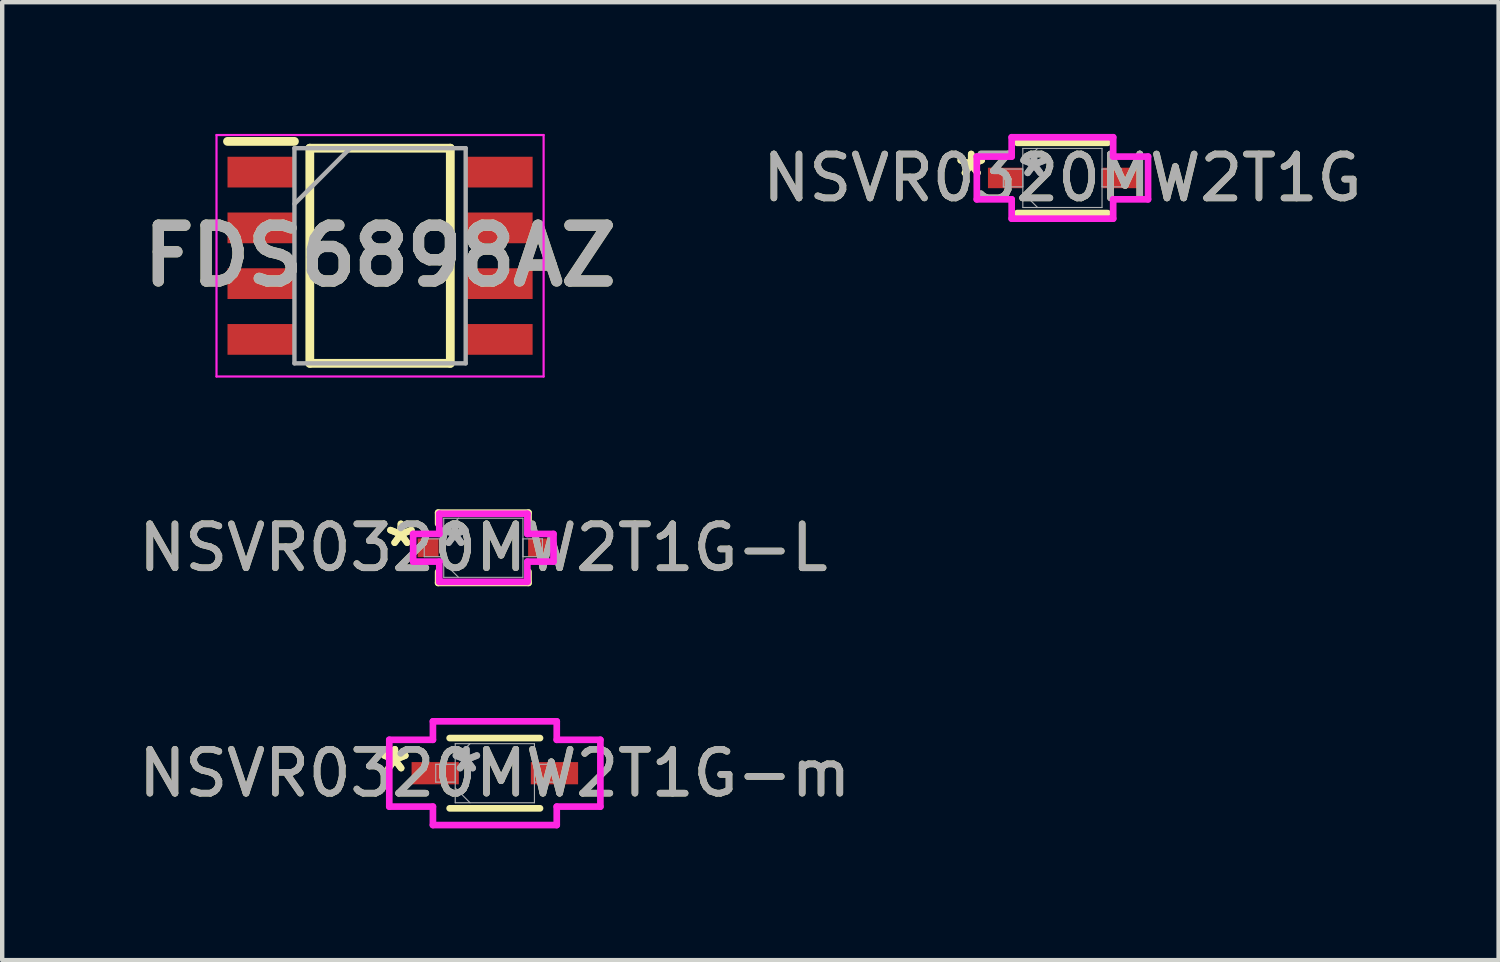
<source format=kicad_pcb>
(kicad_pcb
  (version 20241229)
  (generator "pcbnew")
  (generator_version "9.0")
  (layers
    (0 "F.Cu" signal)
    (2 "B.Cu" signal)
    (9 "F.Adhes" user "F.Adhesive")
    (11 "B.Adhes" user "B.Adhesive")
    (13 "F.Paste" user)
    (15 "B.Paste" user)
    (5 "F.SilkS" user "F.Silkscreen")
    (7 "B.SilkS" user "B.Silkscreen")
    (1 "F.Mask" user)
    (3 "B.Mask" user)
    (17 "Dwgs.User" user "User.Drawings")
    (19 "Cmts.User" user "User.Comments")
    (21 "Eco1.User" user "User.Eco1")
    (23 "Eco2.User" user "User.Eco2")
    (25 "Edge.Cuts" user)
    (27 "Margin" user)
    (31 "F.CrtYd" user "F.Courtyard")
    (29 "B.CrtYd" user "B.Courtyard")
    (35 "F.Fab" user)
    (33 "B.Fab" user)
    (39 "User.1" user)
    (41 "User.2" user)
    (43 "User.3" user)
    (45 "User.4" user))
  (footprint "FDS6898AZ"
    (layer "F.Cu")
    (at 5.606 2.775)
    (property "Reference" "FDS6898AZ" (at 0 0 0) (layer "F.SilkS") (effects (font (size 1.27 1.27) (thickness 0.254))))
    (attr smd)
    (fp_line (start -3.475 -2.605) (end -1.95 -2.605) (stroke (width 0.2) (type solid)) (layer "F.SilkS"))
    (fp_line (start -1.6 -2.45) (end 1.6 -2.45) (stroke (width 0.2) (type solid)) (layer "F.SilkS"))
    (fp_line (start -1.6 2.45) (end -1.6 -2.45) (stroke (width 0.2) (type solid)) (layer "F.SilkS"))
    (fp_line (start 1.6 -2.45) (end 1.6 2.45) (stroke (width 0.2) (type solid)) (layer "F.SilkS"))
    (fp_line (start 1.6 2.45) (end -1.6 2.45) (stroke (width 0.2) (type solid)) (layer "F.SilkS"))
    (fp_line (start -3.725 -2.75) (end 3.725 -2.75) (stroke (width 0.05) (type solid)) (layer "F.CrtYd"))
    (fp_line (start -3.725 2.75) (end -3.725 -2.75) (stroke (width 0.05) (type solid)) (layer "F.CrtYd"))
    (fp_line (start 3.725 -2.75) (end 3.725 2.75) (stroke (width 0.05) (type solid)) (layer "F.CrtYd"))
    (fp_line (start 3.725 2.75) (end -3.725 2.75) (stroke (width 0.05) (type solid)) (layer "F.CrtYd"))
    (fp_line (start -1.95 -2.45) (end 1.95 -2.45) (stroke (width 0.1) (type solid)) (layer "F.Fab"))
    (fp_line (start -1.95 -1.18) (end -0.68 -2.45) (stroke (width 0.1) (type solid)) (layer "F.Fab"))
    (fp_line (start -1.95 2.45) (end -1.95 -2.45) (stroke (width 0.1) (type solid)) (layer "F.Fab"))
    (fp_line (start 1.95 -2.45) (end 1.95 2.45) (stroke (width 0.1) (type solid)) (layer "F.Fab"))
    (fp_line (start 1.95 2.45) (end -1.95 2.45) (stroke (width 0.1) (type solid)) (layer "F.Fab"))
    (fp_text user "${REFERENCE}" (at 0 0 0) (layer "F.Fab") (effects (font (size 1.27 1.27) (thickness 0.254))))
    (pad "1" smd rect (at -2.712 -1.905 90) (size 0.7 1.525) (layers "F.Cu" "F.Mask" "F.Paste"))
    (pad "2" smd rect (at -2.712 -0.635 90) (size 0.7 1.525) (layers "F.Cu" "F.Mask" "F.Paste"))
    (pad "3" smd rect (at -2.712 0.635 90) (size 0.7 1.525) (layers "F.Cu" "F.Mask" "F.Paste"))
    (pad "4" smd rect (at -2.712 1.905 90) (size 0.7 1.525) (layers "F.Cu" "F.Mask" "F.Paste"))
    (pad "5" smd rect (at 2.712 1.905 90) (size 0.7 1.525) (layers "F.Cu" "F.Mask" "F.Paste"))
    (pad "6" smd rect (at 2.712 0.635 90) (size 0.7 1.525) (layers "F.Cu" "F.Mask" "F.Paste"))
    (pad "7" smd rect (at 2.712 -0.635 90) (size 0.7 1.525) (layers "F.Cu" "F.Mask" "F.Paste"))
    (pad "8" smd rect (at 2.712 -1.905 90) (size 0.7 1.525) (layers "F.Cu" "F.Mask" "F.Paste")))
  (footprint "NSVR0320MW2T1G-m"
    (layer "F.Cu")
    (at 8.22 14.56)
    (property "Reference" "NSVR0320MW2T1G-m" (at 0 0 0) (unlocked yes) (layer "F.SilkS") (effects (font (size 1 1) (thickness 0.15))))
    (attr smd)
    (fp_line (start -1.029 0.8) (end 1.029 0.8) (stroke (width 0.152) (type solid)) (layer "F.SilkS"))
    (fp_line (start 1.029 -0.8) (end -1.029 -0.8) (stroke (width 0.152) (type solid)) (layer "F.SilkS"))
    (fp_line (start -2.404 -0.761) (end -1.41 -0.761) (stroke (width 0.152) (type solid)) (layer "F.CrtYd"))
    (fp_line (start -2.404 0.761) (end -2.404 -0.761) (stroke (width 0.152) (type solid)) (layer "F.CrtYd"))
    (fp_line (start -1.41 -1.181) (end 1.41 -1.181) (stroke (width 0.152) (type solid)) (layer "F.CrtYd"))
    (fp_line (start -1.41 -0.761) (end -1.41 -1.181) (stroke (width 0.152) (type solid)) (layer "F.CrtYd"))
    (fp_line (start -1.41 0.761) (end -2.404 0.761) (stroke (width 0.152) (type solid)) (layer "F.CrtYd"))
    (fp_line (start -1.41 1.181) (end -1.41 0.761) (stroke (width 0.152) (type solid)) (layer "F.CrtYd"))
    (fp_line (start 1.41 -1.181) (end 1.41 -0.761) (stroke (width 0.152) (type solid)) (layer "F.CrtYd"))
    (fp_line (start 1.41 -0.761) (end 2.404 -0.761) (stroke (width 0.152) (type solid)) (layer "F.CrtYd"))
    (fp_line (start 1.41 0.761) (end 1.41 1.181) (stroke (width 0.152) (type solid)) (layer "F.CrtYd"))
    (fp_line (start 1.41 1.181) (end -1.41 1.181) (stroke (width 0.152) (type solid)) (layer "F.CrtYd"))
    (fp_line (start 2.404 -0.761) (end 2.404 0.761) (stroke (width 0.152) (type solid)) (layer "F.CrtYd"))
    (fp_line (start 2.404 0.761) (end 1.41 0.761) (stroke (width 0.152) (type solid)) (layer "F.CrtYd"))
    (fp_line (start -1.346 -0.203) (end -1.346 0.203) (stroke (width 0.025) (type solid)) (layer "F.Fab"))
    (fp_line (start -1.346 0.203) (end -0.902 0.203) (stroke (width 0.025) (type solid)) (layer "F.Fab"))
    (fp_line (start -0.902 -0.673) (end -0.902 0.673) (stroke (width 0.025) (type solid)) (layer "F.Fab"))
    (fp_line (start -0.902 -0.337) (end -0.565 -0.673) (stroke (width 0.025) (type solid)) (layer "F.Fab"))
    (fp_line (start -0.902 -0.203) (end -1.346 -0.203) (stroke (width 0.025) (type solid)) (layer "F.Fab"))
    (fp_line (start -0.902 0.203) (end -0.902 -0.203) (stroke (width 0.025) (type solid)) (layer "F.Fab"))
    (fp_line (start -0.902 0.337) (end -0.565 0.673) (stroke (width 0.025) (type solid)) (layer "F.Fab"))
    (fp_line (start -0.902 0.673) (end 0.902 0.673) (stroke (width 0.025) (type solid)) (layer "F.Fab"))
    (fp_line (start 0.902 -0.673) (end -0.902 -0.673) (stroke (width 0.025) (type solid)) (layer "F.Fab"))
    (fp_line (start 0.902 -0.203) (end 0.902 0.203) (stroke (width 0.025) (type solid)) (layer "F.Fab"))
    (fp_line (start 0.902 0.203) (end 1.346 0.203) (stroke (width 0.025) (type solid)) (layer "F.Fab"))
    (fp_line (start 0.902 0.673) (end 0.902 -0.673) (stroke (width 0.025) (type solid)) (layer "F.Fab"))
    (fp_line (start 1.346 -0.203) (end 0.902 -0.203) (stroke (width 0.025) (type solid)) (layer "F.Fab"))
    (fp_line (start 1.346 0.203) (end 1.346 -0.203) (stroke (width 0.025) (type solid)) (layer "F.Fab"))
    (fp_text user "*" (at -2.277 0 0) (layer "F.SilkS") (effects (font (size 1 1) (thickness 0.15))))
    (fp_text user "*" (at -2.277 0 0) (unlocked yes) (layer "F.SilkS") (effects (font (size 1 1) (thickness 0.15))))
    (fp_text user "${REFERENCE}" (at 0 0 0) (unlocked yes) (layer "F.Fab") (effects (font (size 1 1) (thickness 0.15))))
    (fp_text user "*" (at -0.648 0 0) (unlocked yes) (layer "F.Fab") (effects (font (size 1 1) (thickness 0.15))))
    (fp_text user "*" (at -0.648 0 0) (layer "F.Fab") (effects (font (size 1 1) (thickness 0.15))))
    (pad "1" smd rect (at -1.358 0) (size 1.076 0.506) (layers "F.Cu" "F.Mask" "F.Paste"))
    (pad "2" smd rect (at 1.358 0) (size 1.076 0.506) (layers "F.Cu" "F.Mask" "F.Paste")))
  (footprint "NSVR0320MW2T1G-L"
    (layer "F.Cu")
    (at 7.958 9.426)
    (property "Reference" "NSVR0320MW2T1G-L" (at 0 0 0) (unlocked yes) (layer "F.SilkS") (effects (font (size 1 1) (thickness 0.15))))
    (attr smd)
    (fp_line (start -1.029 -0.8) (end -1.029 -0.546) (stroke (width 0.152) (type solid)) (layer "F.SilkS"))
    (fp_line (start -1.029 0.546) (end -1.029 0.8) (stroke (width 0.152) (type solid)) (layer "F.SilkS"))
    (fp_line (start -1.029 0.8) (end 1.029 0.8) (stroke (width 0.152) (type solid)) (layer "F.SilkS"))
    (fp_line (start 1.029 -0.8) (end -1.029 -0.8) (stroke (width 0.152) (type solid)) (layer "F.SilkS"))
    (fp_line (start 1.029 -0.546) (end 1.029 -0.8) (stroke (width 0.152) (type solid)) (layer "F.SilkS"))
    (fp_line (start 1.029 0.8) (end 1.029 0.546) (stroke (width 0.152) (type solid)) (layer "F.SilkS"))
    (fp_line (start -1.598 -0.315) (end -1.003 -0.315) (stroke (width 0.152) (type solid)) (layer "F.CrtYd"))
    (fp_line (start -1.598 0.315) (end -1.598 -0.315) (stroke (width 0.152) (type solid)) (layer "F.CrtYd"))
    (fp_line (start -1.003 -0.775) (end 1.003 -0.775) (stroke (width 0.152) (type solid)) (layer "F.CrtYd"))
    (fp_line (start -1.003 -0.315) (end -1.003 -0.775) (stroke (width 0.152) (type solid)) (layer "F.CrtYd"))
    (fp_line (start -1.003 0.315) (end -1.598 0.315) (stroke (width 0.152) (type solid)) (layer "F.CrtYd"))
    (fp_line (start -1.003 0.775) (end -1.003 0.315) (stroke (width 0.152) (type solid)) (layer "F.CrtYd"))
    (fp_line (start 1.003 -0.775) (end 1.003 -0.315) (stroke (width 0.152) (type solid)) (layer "F.CrtYd"))
    (fp_line (start 1.003 -0.315) (end 1.598 -0.315) (stroke (width 0.152) (type solid)) (layer "F.CrtYd"))
    (fp_line (start 1.003 0.315) (end 1.003 0.775) (stroke (width 0.152) (type solid)) (layer "F.CrtYd"))
    (fp_line (start 1.003 0.775) (end -1.003 0.775) (stroke (width 0.152) (type solid)) (layer "F.CrtYd"))
    (fp_line (start 1.598 -0.315) (end 1.598 0.315) (stroke (width 0.152) (type solid)) (layer "F.CrtYd"))
    (fp_line (start 1.598 0.315) (end 1.003 0.315) (stroke (width 0.152) (type solid)) (layer "F.CrtYd"))
    (fp_line (start -1.346 -0.203) (end -1.346 0.203) (stroke (width 0.025) (type solid)) (layer "F.Fab"))
    (fp_line (start -1.346 0.203) (end -0.902 0.203) (stroke (width 0.025) (type solid)) (layer "F.Fab"))
    (fp_line (start -0.902 -0.673) (end -0.902 0.673) (stroke (width 0.025) (type solid)) (layer "F.Fab"))
    (fp_line (start -0.902 -0.337) (end -0.565 -0.673) (stroke (width 0.025) (type solid)) (layer "F.Fab"))
    (fp_line (start -0.902 -0.203) (end -1.346 -0.203) (stroke (width 0.025) (type solid)) (layer "F.Fab"))
    (fp_line (start -0.902 0.203) (end -0.902 -0.203) (stroke (width 0.025) (type solid)) (layer "F.Fab"))
    (fp_line (start -0.902 0.337) (end -0.565 0.673) (stroke (width 0.025) (type solid)) (layer "F.Fab"))
    (fp_line (start -0.902 0.673) (end 0.902 0.673) (stroke (width 0.025) (type solid)) (layer "F.Fab"))
    (fp_line (start 0.902 -0.673) (end -0.902 -0.673) (stroke (width 0.025) (type solid)) (layer "F.Fab"))
    (fp_line (start 0.902 -0.203) (end 0.902 0.203) (stroke (width 0.025) (type solid)) (layer "F.Fab"))
    (fp_line (start 0.902 0.203) (end 1.346 0.203) (stroke (width 0.025) (type solid)) (layer "F.Fab"))
    (fp_line (start 0.902 0.673) (end 0.902 -0.673) (stroke (width 0.025) (type solid)) (layer "F.Fab"))
    (fp_line (start 1.346 -0.203) (end 0.902 -0.203) (stroke (width 0.025) (type solid)) (layer "F.Fab"))
    (fp_line (start 1.346 0.203) (end 1.346 -0.203) (stroke (width 0.025) (type solid)) (layer "F.Fab"))
    (fp_text user "*" (at -1.877 0 0) (unlocked yes) (layer "F.SilkS") (effects (font (size 1 1) (thickness 0.15))))
    (fp_text user "*" (at -1.877 0 0) (layer "F.SilkS") (effects (font (size 1 1) (thickness 0.15))))
    (fp_text user "*" (at -0.648 0 0) (layer "F.Fab") (effects (font (size 1 1) (thickness 0.15))))
    (fp_text user "*" (at -0.648 0 0) (unlocked yes) (layer "F.Fab") (effects (font (size 1 1) (thickness 0.15))))
    (fp_text user "${REFERENCE}" (at 0 0 0) (unlocked yes) (layer "F.Fab") (effects (font (size 1 1) (thickness 0.15))))
    (pad "1" smd rect (at -1.258 0) (size 0.476 0.426) (layers "F.Cu" "F.Mask" "F.Paste"))
    (pad "2" smd rect (at 1.258 0) (size 0.476 0.426) (layers "F.Cu" "F.Mask" "F.Paste")))
  (footprint "NSVR0320MW2T1G"
    (layer "F.Cu")
    (at 21.147 1.003)
    (property "Reference" "NSVR0320MW2T1G" (at 0 0 0) (unlocked yes) (layer "F.SilkS") (effects (font (size 1 1) (thickness 0.15))))
    (attr smd)
    (fp_line (start -1.029 0.8) (end 1.029 0.8) (stroke (width 0.152) (type solid)) (layer "F.SilkS"))
    (fp_line (start 1.029 -0.8) (end -1.029 -0.8) (stroke (width 0.152) (type solid)) (layer "F.SilkS"))
    (fp_line (start -1.95 -0.487) (end -1.156 -0.487) (stroke (width 0.152) (type solid)) (layer "F.CrtYd"))
    (fp_line (start -1.95 0.487) (end -1.95 -0.487) (stroke (width 0.152) (type solid)) (layer "F.CrtYd"))
    (fp_line (start -1.156 -0.927) (end 1.156 -0.927) (stroke (width 0.152) (type solid)) (layer "F.CrtYd"))
    (fp_line (start -1.156 -0.487) (end -1.156 -0.927) (stroke (width 0.152) (type solid)) (layer "F.CrtYd"))
    (fp_line (start -1.156 0.487) (end -1.95 0.487) (stroke (width 0.152) (type solid)) (layer "F.CrtYd"))
    (fp_line (start -1.156 0.927) (end -1.156 0.487) (stroke (width 0.152) (type solid)) (layer "F.CrtYd"))
    (fp_line (start 1.156 -0.927) (end 1.156 -0.487) (stroke (width 0.152) (type solid)) (layer "F.CrtYd"))
    (fp_line (start 1.156 -0.487) (end 1.95 -0.487) (stroke (width 0.152) (type solid)) (layer "F.CrtYd"))
    (fp_line (start 1.156 0.487) (end 1.156 0.927) (stroke (width 0.152) (type solid)) (layer "F.CrtYd"))
    (fp_line (start 1.156 0.927) (end -1.156 0.927) (stroke (width 0.152) (type solid)) (layer "F.CrtYd"))
    (fp_line (start 1.95 -0.487) (end 1.95 0.487) (stroke (width 0.152) (type solid)) (layer "F.CrtYd"))
    (fp_line (start 1.95 0.487) (end 1.156 0.487) (stroke (width 0.152) (type solid)) (layer "F.CrtYd"))
    (fp_line (start -1.346 -0.203) (end -1.346 0.203) (stroke (width 0.025) (type solid)) (layer "F.Fab"))
    (fp_line (start -1.346 0.203) (end -0.902 0.203) (stroke (width 0.025) (type solid)) (layer "F.Fab"))
    (fp_line (start -0.902 -0.673) (end -0.902 0.673) (stroke (width 0.025) (type solid)) (layer "F.Fab"))
    (fp_line (start -0.902 -0.337) (end -0.565 -0.673) (stroke (width 0.025) (type solid)) (layer "F.Fab"))
    (fp_line (start -0.902 -0.203) (end -1.346 -0.203) (stroke (width 0.025) (type solid)) (layer "F.Fab"))
    (fp_line (start -0.902 0.203) (end -0.902 -0.203) (stroke (width 0.025) (type solid)) (layer "F.Fab"))
    (fp_line (start -0.902 0.337) (end -0.565 0.673) (stroke (width 0.025) (type solid)) (layer "F.Fab"))
    (fp_line (start -0.902 0.673) (end 0.902 0.673) (stroke (width 0.025) (type solid)) (layer "F.Fab"))
    (fp_line (start 0.902 -0.673) (end -0.902 -0.673) (stroke (width 0.025) (type solid)) (layer "F.Fab"))
    (fp_line (start 0.902 -0.203) (end 0.902 0.203) (stroke (width 0.025) (type solid)) (layer "F.Fab"))
    (fp_line (start 0.902 0.203) (end 1.346 0.203) (stroke (width 0.025) (type solid)) (layer "F.Fab"))
    (fp_line (start 0.902 0.673) (end 0.902 -0.673) (stroke (width 0.025) (type solid)) (layer "F.Fab"))
    (fp_line (start 1.346 -0.203) (end 0.902 -0.203) (stroke (width 0.025) (type solid)) (layer "F.Fab"))
    (fp_line (start 1.346 0.203) (end 1.346 -0.203) (stroke (width 0.025) (type solid)) (layer "F.Fab"))
    (fp_text user "*" (at -2.077 0 0) (unlocked yes) (layer "F.SilkS") (effects (font (size 1 1) (thickness 0.15))))
    (fp_text user "*" (at -2.077 0 0) (layer "F.SilkS") (effects (font (size 1 1) (thickness 0.15))))
    (fp_text user "*" (at -0.648 0 0) (layer "F.Fab") (effects (font (size 1 1) (thickness 0.15))))
    (fp_text user "${REFERENCE}" (at 0 0 0) (unlocked yes) (layer "F.Fab") (effects (font (size 1 1) (thickness 0.15))))
    (fp_text user "*" (at -0.648 0 0) (unlocked yes) (layer "F.Fab") (effects (font (size 1 1) (thickness 0.15))))
    (pad "1" smd rect (at -1.308 0) (size 0.776 0.466) (layers "F.Cu" "F.Mask" "F.Paste"))
    (pad "2" smd rect (at 1.308 0) (size 0.776 0.466) (layers "F.Cu" "F.Mask" "F.Paste")))
  (gr_rect
    (start -3 -3)
    (end 31.081 18.817)
    (stroke (width 0.1) (type default))
    (fill no)
    (layer "Edge.Cuts")))
</source>
